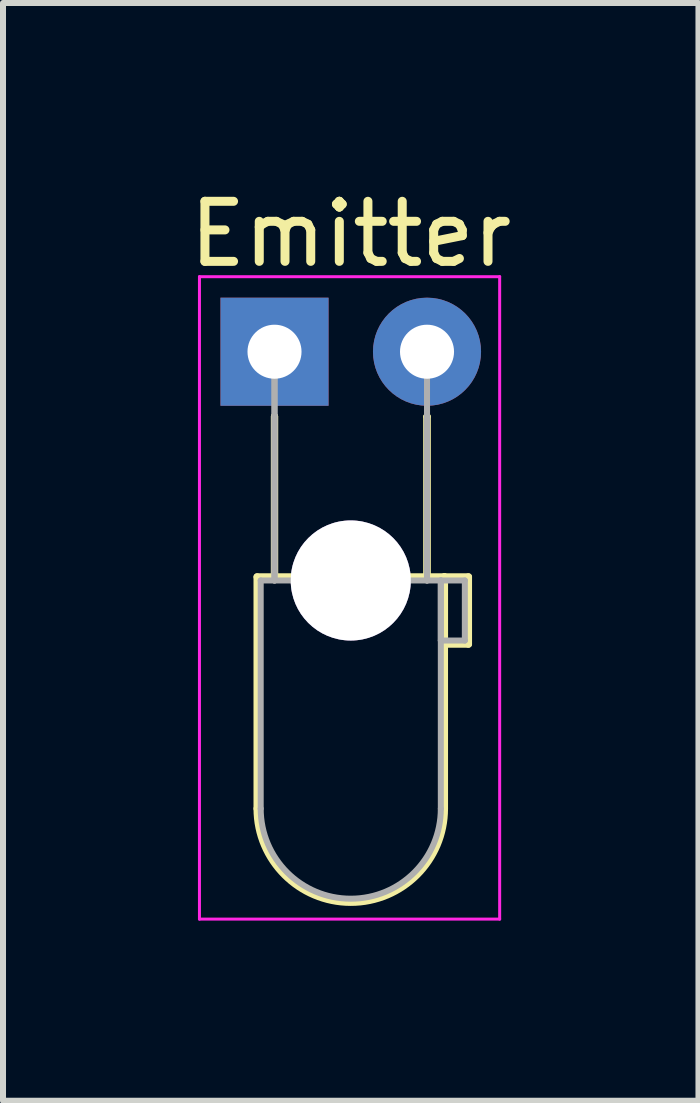
<source format=kicad_pcb>
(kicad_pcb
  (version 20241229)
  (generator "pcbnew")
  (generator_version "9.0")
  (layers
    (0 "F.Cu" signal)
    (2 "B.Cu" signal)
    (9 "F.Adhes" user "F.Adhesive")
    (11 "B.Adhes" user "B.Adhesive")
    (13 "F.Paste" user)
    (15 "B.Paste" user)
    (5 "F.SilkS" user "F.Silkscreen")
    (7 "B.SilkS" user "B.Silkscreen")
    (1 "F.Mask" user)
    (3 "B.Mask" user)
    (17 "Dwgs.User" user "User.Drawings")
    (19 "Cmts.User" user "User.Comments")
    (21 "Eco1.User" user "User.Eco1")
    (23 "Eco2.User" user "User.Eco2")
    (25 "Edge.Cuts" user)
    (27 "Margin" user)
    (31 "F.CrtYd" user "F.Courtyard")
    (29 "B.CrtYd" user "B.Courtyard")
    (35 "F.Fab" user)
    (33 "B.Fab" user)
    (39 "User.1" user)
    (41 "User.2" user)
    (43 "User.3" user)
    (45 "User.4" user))
  (footprint "Emitter"
    (layer "F.Cu")
    (at 1.522 2.808)
    (property "Reference" "Emitter" (at 1.27 -1.96 0) (layer "F.SilkS") (effects (font (size 1 1) (thickness 0.15))))
    (attr through_hole)
    (fp_line (start -0.29 3.75) (end -0.29 7.61) (stroke (width 0.12) (type solid)) (layer "F.SilkS"))
    (fp_line (start -0.29 3.75) (end 2.83 3.75) (stroke (width 0.12) (type solid)) (layer "F.SilkS"))
    (fp_line (start 0 1.08) (end 0 1.08) (stroke (width 0.12) (type solid)) (layer "F.SilkS"))
    (fp_line (start 0 1.08) (end 0 3.75) (stroke (width 0.12) (type solid)) (layer "F.SilkS"))
    (fp_line (start 0 3.75) (end 0 1.08) (stroke (width 0.12) (type solid)) (layer "F.SilkS"))
    (fp_line (start 0 3.75) (end 0 3.75) (stroke (width 0.12) (type solid)) (layer "F.SilkS"))
    (fp_line (start 2.54 1.08) (end 2.54 1.08) (stroke (width 0.12) (type solid)) (layer "F.SilkS"))
    (fp_line (start 2.54 1.08) (end 2.54 3.75) (stroke (width 0.12) (type solid)) (layer "F.SilkS"))
    (fp_line (start 2.54 3.75) (end 2.54 1.08) (stroke (width 0.12) (type solid)) (layer "F.SilkS"))
    (fp_line (start 2.54 3.75) (end 2.54 3.75) (stroke (width 0.12) (type solid)) (layer "F.SilkS"))
    (fp_line (start 2.83 3.75) (end 2.83 7.61) (stroke (width 0.12) (type solid)) (layer "F.SilkS"))
    (fp_line (start 2.83 3.75) (end 3.23 3.75) (stroke (width 0.12) (type solid)) (layer "F.SilkS"))
    (fp_line (start 2.83 4.87) (end 2.83 3.75) (stroke (width 0.12) (type solid)) (layer "F.SilkS"))
    (fp_line (start 3.23 3.75) (end 3.23 4.87) (stroke (width 0.12) (type solid)) (layer "F.SilkS"))
    (fp_line (start 3.23 4.87) (end 2.83 4.87) (stroke (width 0.12) (type solid)) (layer "F.SilkS"))
    (fp_arc (start 2.83 7.61) (mid 1.27 9.17) (end -0.29 7.61) (stroke (width 0.12) (type solid)) (layer "F.SilkS"))
    (fp_line (start -1.25 -1.25) (end -1.25 9.45) (stroke (width 0.05) (type solid)) (layer "F.CrtYd"))
    (fp_line (start -1.25 9.45) (end 3.75 9.45) (stroke (width 0.05) (type solid)) (layer "F.CrtYd"))
    (fp_line (start 3.75 -1.25) (end -1.25 -1.25) (stroke (width 0.05) (type solid)) (layer "F.CrtYd"))
    (fp_line (start 3.75 9.45) (end 3.75 -1.25) (stroke (width 0.05) (type solid)) (layer "F.CrtYd"))
    (fp_line (start -0.23 3.81) (end -0.23 7.61) (stroke (width 0.1) (type solid)) (layer "F.Fab"))
    (fp_line (start -0.23 3.81) (end 2.77 3.81) (stroke (width 0.1) (type solid)) (layer "F.Fab"))
    (fp_line (start 0 0) (end 0 0) (stroke (width 0.1) (type solid)) (layer "F.Fab"))
    (fp_line (start 0 0) (end 0 3.81) (stroke (width 0.1) (type solid)) (layer "F.Fab"))
    (fp_line (start 0 3.81) (end 0 0) (stroke (width 0.1) (type solid)) (layer "F.Fab"))
    (fp_line (start 0 3.81) (end 0 3.81) (stroke (width 0.1) (type solid)) (layer "F.Fab"))
    (fp_line (start 2.54 0) (end 2.54 0) (stroke (width 0.1) (type solid)) (layer "F.Fab"))
    (fp_line (start 2.54 0) (end 2.54 3.81) (stroke (width 0.1) (type solid)) (layer "F.Fab"))
    (fp_line (start 2.54 3.81) (end 2.54 0) (stroke (width 0.1) (type solid)) (layer "F.Fab"))
    (fp_line (start 2.54 3.81) (end 2.54 3.81) (stroke (width 0.1) (type solid)) (layer "F.Fab"))
    (fp_line (start 2.77 3.81) (end 2.77 7.61) (stroke (width 0.1) (type solid)) (layer "F.Fab"))
    (fp_line (start 2.77 3.81) (end 3.17 3.81) (stroke (width 0.1) (type solid)) (layer "F.Fab"))
    (fp_line (start 2.77 4.81) (end 2.77 3.81) (stroke (width 0.1) (type solid)) (layer "F.Fab"))
    (fp_line (start 3.17 3.81) (end 3.17 4.81) (stroke (width 0.1) (type solid)) (layer "F.Fab"))
    (fp_line (start 3.17 4.81) (end 2.77 4.81) (stroke (width 0.1) (type solid)) (layer "F.Fab"))
    (fp_arc (start 2.77 7.61) (mid 1.27 9.11) (end -0.23 7.61) (stroke (width 0.1) (type solid)) (layer "F.Fab"))
    (pad "1" thru_hole rect (at 0 0) (size 1.8 1.8) (drill 0.9) (layers "*.Cu" "*.Mask"))
    (pad "2" thru_hole circle (at 2.54 0) (size 1.8 1.8) (drill 0.9) (layers "*.Cu" "*.Mask"))
    (pad "3" thru_hole circle (at 1.27 3.81) (size 2 2) (drill 2) (layers "*.Cu" "*.Mask")))
  (gr_rect
    (start -3 -3)
    (end 8.583 15.283)
    (stroke (width 0.1) (type default))
    (fill no)
    (layer "Edge.Cuts")))
</source>
